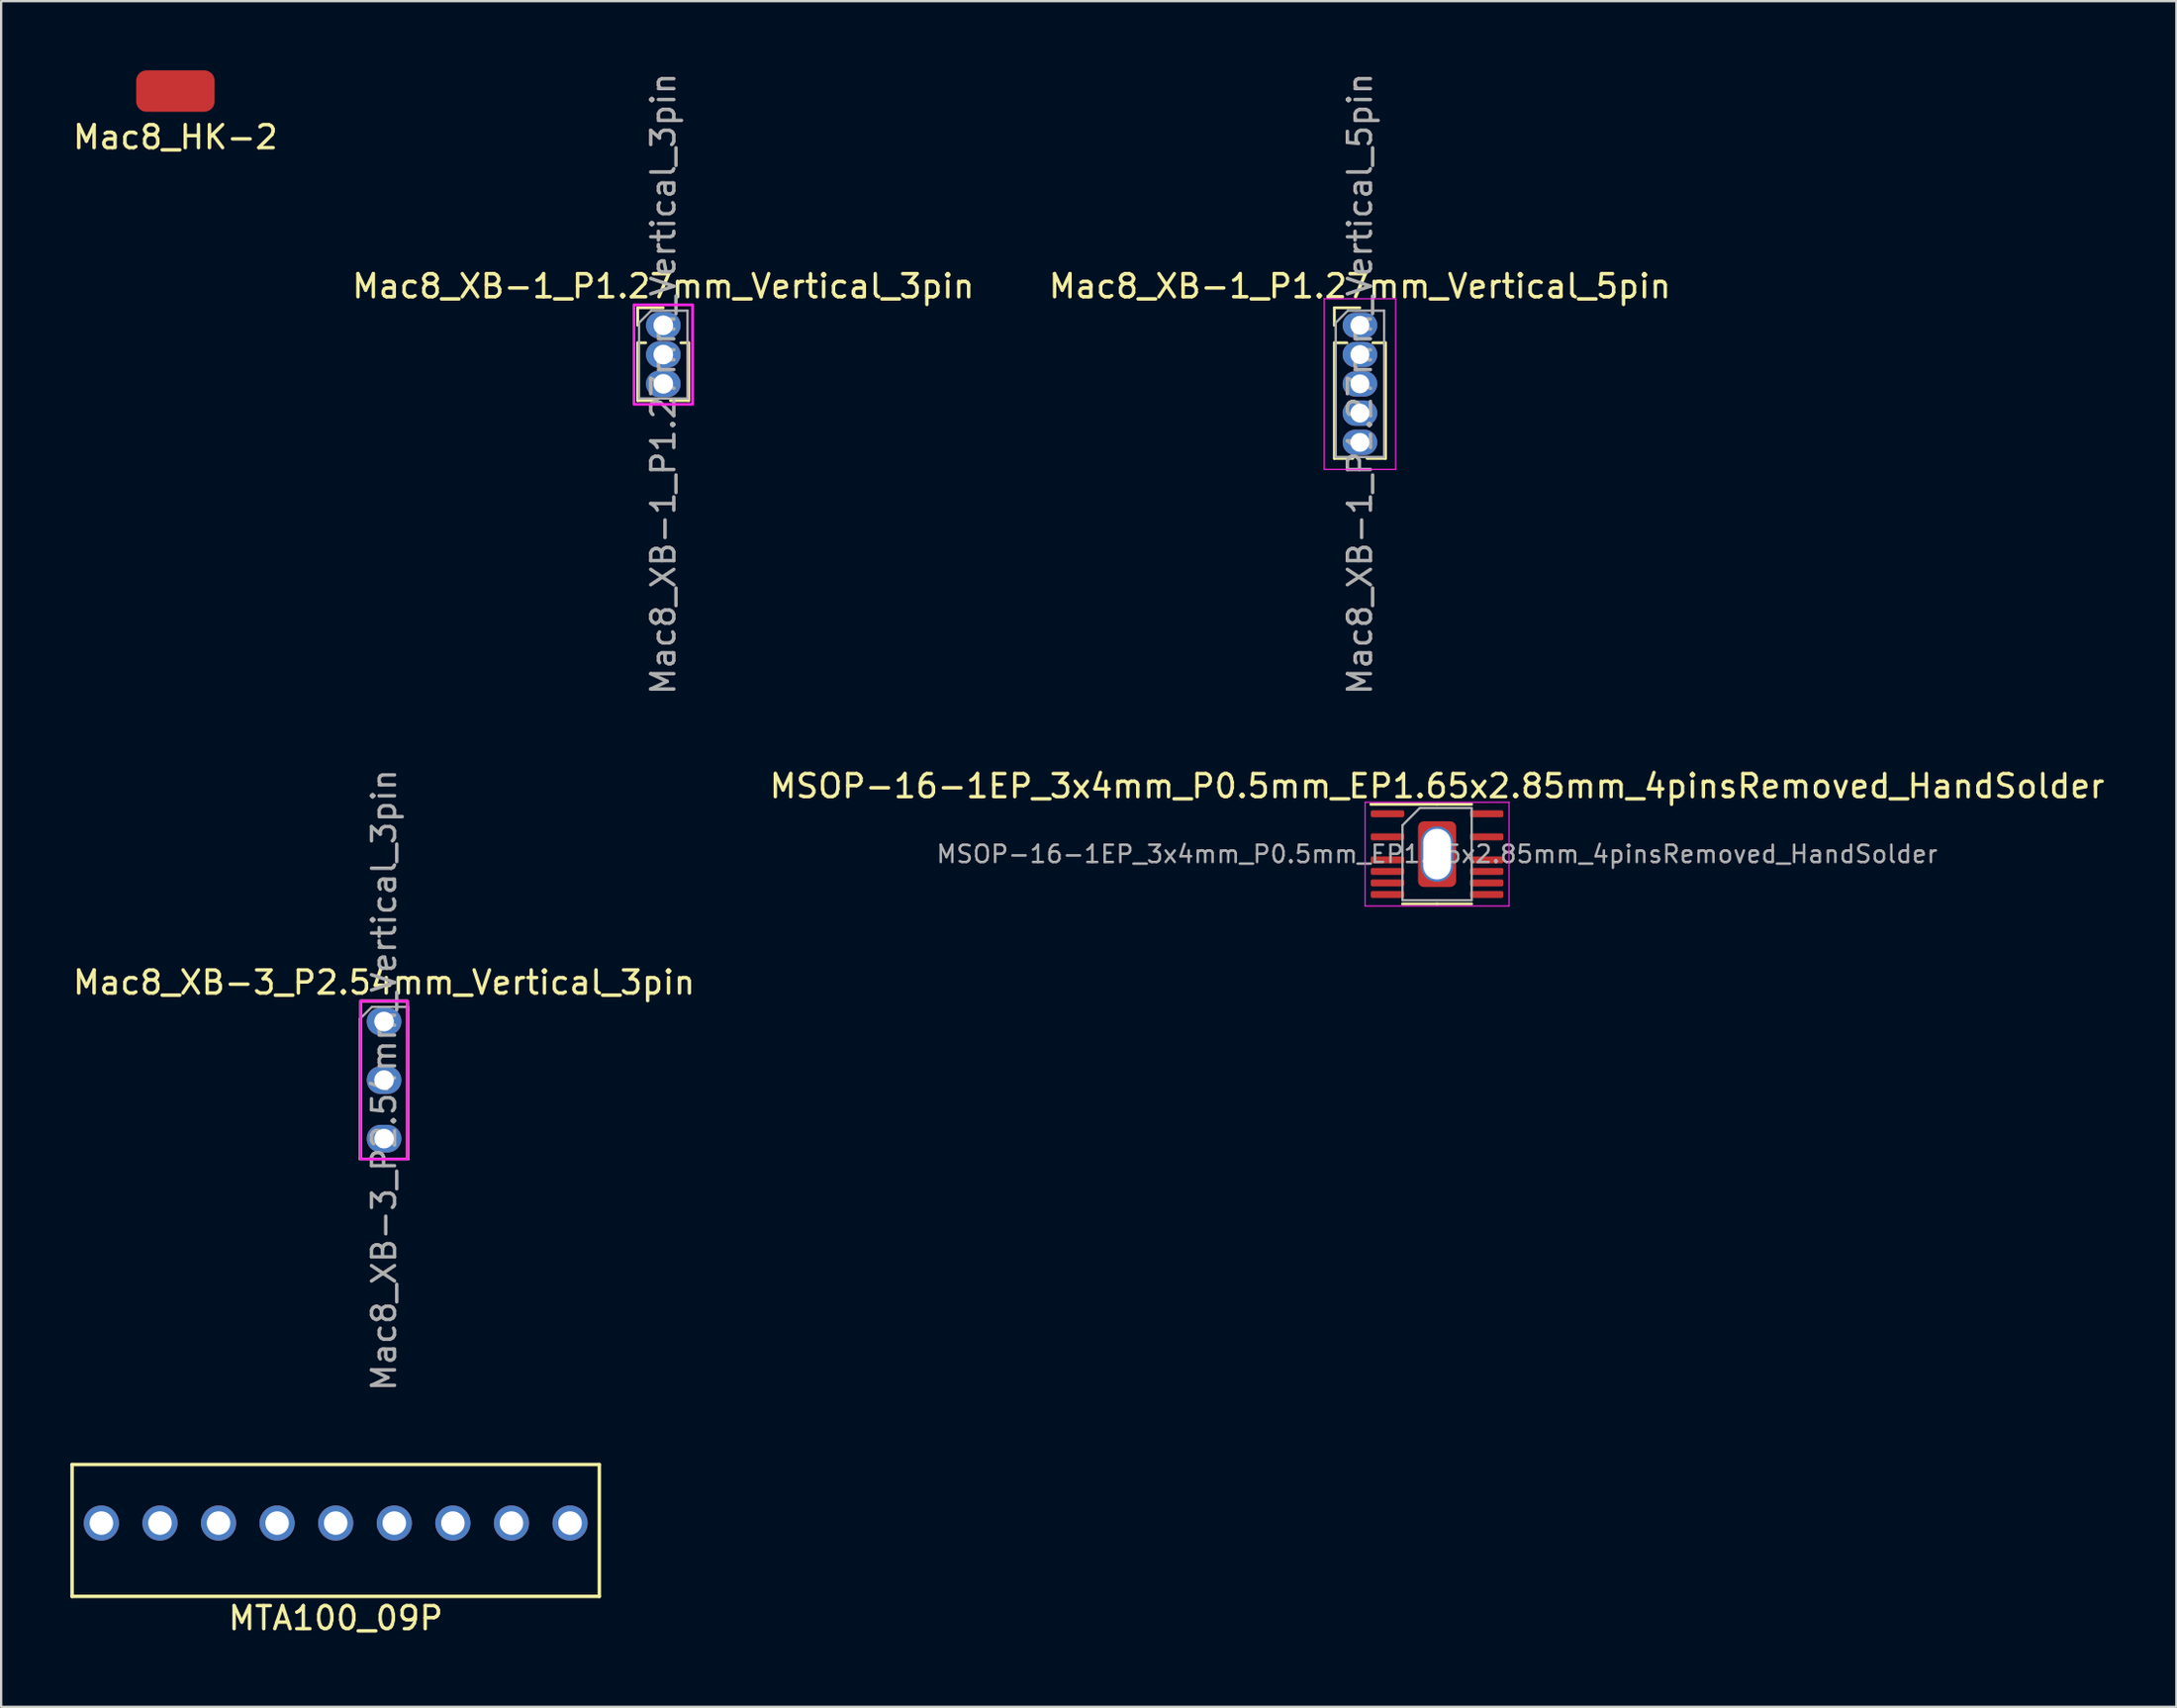
<source format=kicad_pcb>
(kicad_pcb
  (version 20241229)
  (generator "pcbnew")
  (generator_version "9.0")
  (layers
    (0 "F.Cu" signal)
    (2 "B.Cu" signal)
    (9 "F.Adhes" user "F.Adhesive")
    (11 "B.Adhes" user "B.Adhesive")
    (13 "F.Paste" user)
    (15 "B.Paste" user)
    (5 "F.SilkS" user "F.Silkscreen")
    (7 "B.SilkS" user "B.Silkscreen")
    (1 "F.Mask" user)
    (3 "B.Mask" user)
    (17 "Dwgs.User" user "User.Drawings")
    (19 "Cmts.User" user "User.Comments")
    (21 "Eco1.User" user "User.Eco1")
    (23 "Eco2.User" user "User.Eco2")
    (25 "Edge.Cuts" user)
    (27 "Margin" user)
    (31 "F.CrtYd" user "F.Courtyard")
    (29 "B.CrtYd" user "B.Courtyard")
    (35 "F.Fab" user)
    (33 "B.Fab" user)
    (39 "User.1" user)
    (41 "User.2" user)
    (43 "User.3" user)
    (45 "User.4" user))
  (footprint "Mac8_HK-2"
    (layer "F.Cu")
    (at 4.554 0.9)
    (property "Reference" "Mac8_HK-2" (at 0 2 0) (layer "F.SilkS") (effects (font (size 1 1) (thickness 0.15))))
    (attr through_hole)
    (pad "1" smd roundrect (at 0 0) (size 3.4 1.8) (layers "F.Cu" "F.Mask" "F.Paste") (roundrect_rratio 0.25)))
  (footprint "Mac8_XB-1_P1.27mm_Vertical_3pin"
    (layer "F.Cu")
    (at 25.708 11.061)
    (property "Reference" "Mac8_XB-1_P1.27mm_Vertical_3pin" (at 0 -1.695 0) (layer "F.SilkS") (effects (font (size 1 1) (thickness 0.15))))
    (attr through_hole)
    (fp_line (start -1.11 -0.76) (end 0 -0.76) (stroke (width 0.12) (type solid)) (layer "F.SilkS"))
    (fp_line (start -1.11 0) (end -1.11 -0.76) (stroke (width 0.12) (type solid)) (layer "F.SilkS"))
    (fp_line (start -1.11 0.76) (end -1.11 3.268) (stroke (width 0.12) (type solid)) (layer "F.SilkS"))
    (fp_line (start -1.11 0.76) (end -0.762 0.76) (stroke (width 0.12) (type solid)) (layer "F.SilkS"))
    (fp_line (start -1.11 3.268) (end -0.308 3.268) (stroke (width 0.12) (type solid)) (layer "F.SilkS"))
    (fp_line (start 0.308 3.268) (end 1.11 3.268) (stroke (width 0.12) (type solid)) (layer "F.SilkS"))
    (fp_line (start 0.762 0.76) (end 1.11 0.76) (stroke (width 0.12) (type solid)) (layer "F.SilkS"))
    (fp_line (start 1.11 0.76) (end 1.11 3.268) (stroke (width 0.12) (type solid)) (layer "F.SilkS"))
    (fp_rect (start -1.27 -0.889) (end 1.27 3.429) (stroke (width 0.12) (type solid)) (fill no) (layer "F.CrtYd"))
    (fp_line (start -1.05 -0.11) (end -0.525 -0.635) (stroke (width 0.1) (type solid)) (layer "F.Fab"))
    (fp_line (start -1.05 3.175) (end -1.05 -0.11) (stroke (width 0.1) (type solid)) (layer "F.Fab"))
    (fp_line (start -0.525 -0.635) (end 1.05 -0.635) (stroke (width 0.1) (type solid)) (layer "F.Fab"))
    (fp_line (start 1.05 -0.635) (end 1.05 3.175) (stroke (width 0.1) (type solid)) (layer "F.Fab"))
    (fp_line (start 1.05 3.175) (end -1.05 3.175) (stroke (width 0.1) (type solid)) (layer "F.Fab"))
    (fp_text user "${REFERENCE}" (at 0 2.54 90) (layer "F.Fab") (effects (font (size 1 1) (thickness 0.15))))
    (pad "1" thru_hole oval (at 0 0) (size 1.5 1.15) (drill 0.85) (layers "*.Cu" "*.Mask"))
    (pad "2" thru_hole oval (at 0 1.27) (size 1.5 1.15) (drill 0.85) (layers "*.Cu" "*.Mask"))
    (pad "3" thru_hole oval (at 0 2.54) (size 1.5 1.15) (drill 0.85) (layers "*.Cu" "*.Mask")))
  (footprint "MTA100_09P"
    (layer "F.Cu")
    (at 11.505 63.02)
    (property "Reference" "MTA100_09P" (at 0 4.125 0) (layer "F.SilkS") (effects (font (size 1 1) (thickness 0.15))))
    (attr through_hole)
    (fp_line (start -11.43 -2.54) (end 11.43 -2.54) (stroke (width 0.15) (type solid)) (layer "F.SilkS"))
    (fp_line (start -11.43 3.18) (end -11.43 -2.54) (stroke (width 0.15) (type solid)) (layer "F.SilkS"))
    (fp_line (start 11.43 -2.54) (end 11.43 3.18) (stroke (width 0.15) (type solid)) (layer "F.SilkS"))
    (fp_line (start 11.43 3.18) (end -11.43 3.18) (stroke (width 0.15) (type solid)) (layer "F.SilkS"))
    (pad "1" thru_hole circle (at -10.16 0) (size 1.524 1.524) (drill 1.02) (layers "*.Cu" "*.Mask"))
    (pad "2" thru_hole circle (at -7.62 0) (size 1.524 1.524) (drill 1.02) (layers "*.Cu" "*.Mask"))
    (pad "3" thru_hole circle (at -5.08 0) (size 1.524 1.524) (drill 1.02) (layers "*.Cu" "*.Mask"))
    (pad "4" thru_hole circle (at -2.54 0) (size 1.524 1.524) (drill 1.02) (layers "*.Cu" "*.Mask"))
    (pad "5" thru_hole circle (at 0 0) (size 1.524 1.524) (drill 1.02) (layers "*.Cu" "*.Mask"))
    (pad "6" thru_hole circle (at 2.54 0) (size 1.524 1.524) (drill 1.02) (layers "*.Cu" "*.Mask"))
    (pad "7" thru_hole circle (at 5.08 0) (size 1.524 1.524) (drill 1.02) (layers "*.Cu" "*.Mask"))
    (pad "8" thru_hole circle (at 7.62 0) (size 1.524 1.524) (drill 1.02) (layers "*.Cu" "*.Mask"))
    (pad "9" thru_hole circle (at 10.16 0) (size 1.524 1.524) (drill 1.02) (layers "*.Cu" "*.Mask")))
  (footprint "Mac8_XB-3_P2.54mm_Vertical_3pin"
    (layer "F.Cu")
    (at 13.601 41.264)
    (property "Reference" "Mac8_XB-3_P2.54mm_Vertical_3pin" (at 0 -1.695 0) (layer "F.SilkS") (effects (font (size 1 1) (thickness 0.15))))
    (attr through_hole)
    (fp_rect (start -1.016 -0.889) (end 1.016 5.969) (stroke (width 0.12) (type solid)) (fill no) (layer "F.SilkS"))
    (fp_rect (start -1.016 -0.889) (end 1.016 5.969) (stroke (width 0.12) (type solid)) (fill no) (layer "F.CrtYd"))
    (fp_line (start -1.05 -0.11) (end -0.525 -0.635) (stroke (width 0.1) (type solid)) (layer "F.Fab"))
    (fp_line (start -1.05 5.969) (end -1.05 -0.11) (stroke (width 0.1) (type solid)) (layer "F.Fab"))
    (fp_line (start -0.525 -0.635) (end 1.05 -0.635) (stroke (width 0.1) (type solid)) (layer "F.Fab"))
    (fp_line (start 1.05 -0.635) (end 1.05 5.969) (stroke (width 0.1) (type solid)) (layer "F.Fab"))
    (fp_line (start 1.05 5.969) (end -1.05 5.969) (stroke (width 0.1) (type solid)) (layer "F.Fab"))
    (fp_text user "${REFERENCE}" (at 0 2.54 90) (layer "F.Fab") (effects (font (size 1 1) (thickness 0.15))))
    (pad "1" thru_hole oval (at 0 0) (size 1.5 1.2) (drill 0.85) (layers "*.Cu" "*.Mask"))
    (pad "2" thru_hole oval (at 0 2.54) (size 1.5 1.2) (drill 0.85) (layers "*.Cu" "*.Mask"))
    (pad "3" thru_hole oval (at 0 5.08) (size 1.5 1.2) (drill 0.85) (layers "*.Cu" "*.Mask")))
  (footprint "Mac8_XB-1_P1.27mm_Vertical_5pin"
    (layer "F.Cu")
    (at 55.911 11.061)
    (property "Reference" "Mac8_XB-1_P1.27mm_Vertical_5pin" (at 0 -1.695 0) (layer "F.SilkS") (effects (font (size 1 1) (thickness 0.15))))
    (attr through_hole)
    (fp_line (start -1.11 -0.76) (end 0 -0.76) (stroke (width 0.12) (type solid)) (layer "F.SilkS"))
    (fp_line (start -1.11 0) (end -1.11 -0.76) (stroke (width 0.12) (type solid)) (layer "F.SilkS"))
    (fp_line (start -1.11 0.76) (end -1.11 5.775) (stroke (width 0.12) (type solid)) (layer "F.SilkS"))
    (fp_line (start -1.11 0.76) (end -0.563 0.76) (stroke (width 0.12) (type solid)) (layer "F.SilkS"))
    (fp_line (start -1.11 5.775) (end -0.308 5.775) (stroke (width 0.12) (type solid)) (layer "F.SilkS"))
    (fp_line (start 0.308 5.775) (end 1.11 5.775) (stroke (width 0.12) (type solid)) (layer "F.SilkS"))
    (fp_line (start 0.563 0.76) (end 1.11 0.76) (stroke (width 0.12) (type solid)) (layer "F.SilkS"))
    (fp_line (start 1.11 0.76) (end 1.11 5.775) (stroke (width 0.12) (type solid)) (layer "F.SilkS"))
    (fp_line (start -1.55 -1.15) (end -1.55 6.25) (stroke (width 0.05) (type solid)) (layer "F.CrtYd"))
    (fp_line (start -1.55 6.25) (end 1.55 6.25) (stroke (width 0.05) (type solid)) (layer "F.CrtYd"))
    (fp_line (start 1.55 -1.15) (end -1.55 -1.15) (stroke (width 0.05) (type solid)) (layer "F.CrtYd"))
    (fp_line (start 1.55 6.25) (end 1.55 -1.15) (stroke (width 0.05) (type solid)) (layer "F.CrtYd"))
    (fp_line (start -1.05 -0.11) (end -0.525 -0.635) (stroke (width 0.1) (type solid)) (layer "F.Fab"))
    (fp_line (start -1.05 5.715) (end -1.05 -0.11) (stroke (width 0.1) (type solid)) (layer "F.Fab"))
    (fp_line (start -0.525 -0.635) (end 1.05 -0.635) (stroke (width 0.1) (type solid)) (layer "F.Fab"))
    (fp_line (start 1.05 -0.635) (end 1.05 5.715) (stroke (width 0.1) (type solid)) (layer "F.Fab"))
    (fp_line (start 1.05 5.715) (end -1.05 5.715) (stroke (width 0.1) (type solid)) (layer "F.Fab"))
    (fp_text user "${REFERENCE}" (at 0 2.54 90) (layer "F.Fab") (effects (font (size 1 1) (thickness 0.15))))
    (pad "1" thru_hole oval (at 0 0) (size 1.5 1.1) (drill 0.82) (layers "*.Cu" "*.Mask"))
    (pad "2" thru_hole oval (at 0 1.27) (size 1.5 1.1) (drill 0.82) (layers "*.Cu" "*.Mask"))
    (pad "3" thru_hole oval (at 0 2.54) (size 1.5 1.1) (drill 0.82) (layers "*.Cu" "*.Mask"))
    (pad "4" thru_hole oval (at 0 3.81) (size 1.5 1.1) (drill 0.82) (layers "*.Cu" "*.Mask"))
    (pad "5" thru_hole oval (at 0 5.08) (size 1.5 1.1) (drill 0.82) (layers "*.Cu" "*.Mask")))
  (footprint "MSOP-16-1EP_3x4mm_P0.5mm_EP1.65x2.85mm_4pinsRemoved_HandSolder"
    (layer "F.Cu")
    (at 59.256 34.001)
    (property "Reference" "MSOP-16-1EP_3x4mm_P0.5mm_EP1.65x2.85mm_4pinsRemoved_HandSolder" (at 0 -2.95 0) (layer "F.SilkS") (effects (font (size 1 1) (thickness 0.15))))
    (attr smd)
    (fp_line (start 0 -2.16) (end -2.875 -2.16) (stroke (width 0.12) (type solid)) (layer "F.SilkS"))
    (fp_line (start 0 -2.16) (end 1.5 -2.16) (stroke (width 0.12) (type solid)) (layer "F.SilkS"))
    (fp_line (start 0 2.16) (end -1.5 2.16) (stroke (width 0.12) (type solid)) (layer "F.SilkS"))
    (fp_line (start 0 2.16) (end 1.5 2.16) (stroke (width 0.12) (type solid)) (layer "F.SilkS"))
    (fp_line (start -3.12 -2.25) (end -3.12 2.25) (stroke (width 0.05) (type solid)) (layer "F.CrtYd"))
    (fp_line (start -3.12 2.25) (end 3.12 2.25) (stroke (width 0.05) (type solid)) (layer "F.CrtYd"))
    (fp_line (start 3.12 -2.25) (end -3.12 -2.25) (stroke (width 0.05) (type solid)) (layer "F.CrtYd"))
    (fp_line (start 3.12 2.25) (end 3.12 -2.25) (stroke (width 0.05) (type solid)) (layer "F.CrtYd"))
    (fp_line (start -1.5 -1.25) (end -0.75 -2) (stroke (width 0.1) (type solid)) (layer "F.Fab"))
    (fp_line (start -1.5 2) (end -1.5 -1.25) (stroke (width 0.1) (type solid)) (layer "F.Fab"))
    (fp_line (start -0.75 -2) (end 1.5 -2) (stroke (width 0.1) (type solid)) (layer "F.Fab"))
    (fp_line (start 1.5 -2) (end 1.5 2) (stroke (width 0.1) (type solid)) (layer "F.Fab"))
    (fp_line (start 1.5 2) (end -1.5 2) (stroke (width 0.1) (type solid)) (layer "F.Fab"))
    (fp_text user "${REFERENCE}" (at 0 0 0) (layer "F.Fab") (effects (font (size 0.75 0.75) (thickness 0.11))))
    (pad "1" smd roundrect (at -2.15 -1.75) (size 1.45 0.3) (layers "F.Cu" "F.Mask" "F.Paste") (roundrect_rratio 0.25))
    (pad "3" smd roundrect (at -2.15 -0.75) (size 1.45 0.3) (layers "F.Cu" "F.Mask" "F.Paste") (roundrect_rratio 0.25))
    (pad "5" smd roundrect (at -2.15 0.25) (size 1.45 0.3) (layers "F.Cu" "F.Mask" "F.Paste") (roundrect_rratio 0.25))
    (pad "6" smd roundrect (at -2.15 0.75) (size 1.45 0.3) (layers "F.Cu" "F.Mask" "F.Paste") (roundrect_rratio 0.25))
    (pad "7" smd roundrect (at -2.15 1.25) (size 1.45 0.3) (layers "F.Cu" "F.Mask" "F.Paste") (roundrect_rratio 0.25))
    (pad "8" smd roundrect (at -2.15 1.75) (size 1.45 0.3) (layers "F.Cu" "F.Mask" "F.Paste") (roundrect_rratio 0.25))
    (pad "9" smd roundrect (at 2.15 1.75) (size 1.45 0.3) (layers "F.Cu" "F.Mask" "F.Paste") (roundrect_rratio 0.25))
    (pad "10" smd roundrect (at 2.15 1.25) (size 1.45 0.3) (layers "F.Cu" "F.Mask" "F.Paste") (roundrect_rratio 0.25))
    (pad "11" smd roundrect (at 2.15 0.75) (size 1.45 0.3) (layers "F.Cu" "F.Mask" "F.Paste") (roundrect_rratio 0.25))
    (pad "12" smd roundrect (at 2.15 0.25) (size 1.45 0.3) (layers "F.Cu" "F.Mask" "F.Paste") (roundrect_rratio 0.25))
    (pad "14" smd roundrect (at 2.15 -0.75) (size 1.45 0.3) (layers "F.Cu" "F.Mask" "F.Paste") (roundrect_rratio 0.25))
    (pad "16" smd roundrect (at 2.15 -1.75) (size 1.45 0.3) (layers "F.Cu" "F.Mask" "F.Paste") (roundrect_rratio 0.25))
    (pad "17" thru_hole oval (at 0 0) (size 1.4 2.4) (drill oval 1.2 2.2) (layers "*.Cu" "*.Mask"))
    (pad "17" smd roundrect (at 0 0) (size 1.65 2.85) (layers "F.Cu" "F.Mask") (roundrect_rratio 0.152)))
  (gr_rect
    (start -3 -3)
    (end 91.31 70.993)
    (stroke (width 0.1) (type default))
    (fill no)
    (layer "Edge.Cuts")))
</source>
